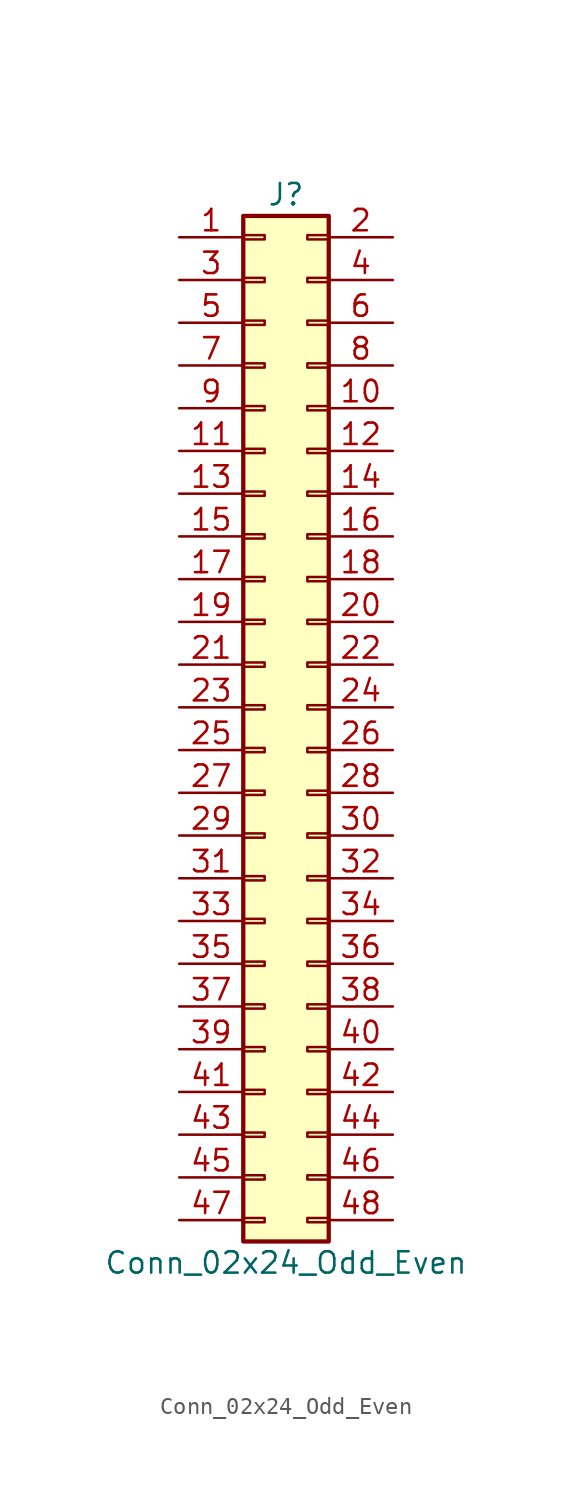
<source format=kicad_sym>
(kicad_symbol_lib
  (version 20201005)
  (generator kicad_symbol_editor)
  (symbol "Conn_02x24_Odd_Even"
    (pin_names
      (offset 1.016) hide)
    (property "Reference" "J"
      (at 1.27 30.48 0)
      (effects (font (size 1.27 1.27))))
    (property "Value" "Conn_02x24_Odd_Even"
      (at 1.27 -33.02 0)
      (effects (font (size 1.27 1.27))))
    (symbol "Conn_02x24_Odd_Even_1_1"
      (rectangle (start -1.27 -30.353) (end 0 -30.607) (stroke (width 0.152)) (fill (type none)))
      (rectangle (start -1.27 -27.813) (end 0 -28.067) (stroke (width 0.152)) (fill (type none)))
      (rectangle (start -1.27 -25.273) (end 0 -25.527) (stroke (width 0.152)) (fill (type none)))
      (rectangle (start -1.27 -22.733) (end 0 -22.987) (stroke (width 0.152)) (fill (type none)))
      (rectangle (start -1.27 -20.193) (end 0 -20.447) (stroke (width 0.152)) (fill (type none)))
      (rectangle (start -1.27 -17.653) (end 0 -17.907) (stroke (width 0.152)) (fill (type none)))
      (rectangle (start -1.27 -15.113) (end 0 -15.367) (stroke (width 0.152)) (fill (type none)))
      (rectangle (start -1.27 -12.573) (end 0 -12.827) (stroke (width 0.152)) (fill (type none)))
      (rectangle (start -1.27 -10.033) (end 0 -10.287) (stroke (width 0.152)) (fill (type none)))
      (rectangle (start -1.27 -7.493) (end 0 -7.747) (stroke (width 0.152)) (fill (type none)))
      (rectangle (start -1.27 -4.953) (end 0 -5.207) (stroke (width 0.152)) (fill (type none)))
      (rectangle (start -1.27 -2.413) (end 0 -2.667) (stroke (width 0.152)) (fill (type none)))
      (rectangle (start -1.27 0.127) (end 0 -0.127) (stroke (width 0.152)) (fill (type none)))
      (rectangle (start -1.27 2.667) (end 0 2.413) (stroke (width 0.152)) (fill (type none)))
      (rectangle (start -1.27 5.207) (end 0 4.953) (stroke (width 0.152)) (fill (type none)))
      (rectangle (start -1.27 7.747) (end 0 7.493) (stroke (width 0.152)) (fill (type none)))
      (rectangle (start -1.27 10.287) (end 0 10.033) (stroke (width 0.152)) (fill (type none)))
      (rectangle (start -1.27 12.827) (end 0 12.573) (stroke (width 0.152)) (fill (type none)))
      (rectangle (start -1.27 15.367) (end 0 15.113) (stroke (width 0.152)) (fill (type none)))
      (rectangle (start -1.27 17.907) (end 0 17.653) (stroke (width 0.152)) (fill (type none)))
      (rectangle (start -1.27 20.447) (end 0 20.193) (stroke (width 0.152)) (fill (type none)))
      (rectangle (start -1.27 22.987) (end 0 22.733) (stroke (width 0.152)) (fill (type none)))
      (rectangle (start -1.27 25.527) (end 0 25.273) (stroke (width 0.152)) (fill (type none)))
      (rectangle (start -1.27 28.067) (end 0 27.813) (stroke (width 0.152)) (fill (type none)))
      (rectangle (start -1.27 29.21) (end 3.81 -31.75) (stroke (width 0.254)) (fill (type background)))
      (rectangle (start 3.81 -30.353) (end 2.54 -30.607) (stroke (width 0.152)) (fill (type none)))
      (rectangle (start 3.81 -27.813) (end 2.54 -28.067) (stroke (width 0.152)) (fill (type none)))
      (rectangle (start 3.81 -25.273) (end 2.54 -25.527) (stroke (width 0.152)) (fill (type none)))
      (rectangle (start 3.81 -22.733) (end 2.54 -22.987) (stroke (width 0.152)) (fill (type none)))
      (rectangle (start 3.81 -20.193) (end 2.54 -20.447) (stroke (width 0.152)) (fill (type none)))
      (rectangle (start 3.81 -17.653) (end 2.54 -17.907) (stroke (width 0.152)) (fill (type none)))
      (rectangle (start 3.81 -15.113) (end 2.54 -15.367) (stroke (width 0.152)) (fill (type none)))
      (rectangle (start 3.81 -12.573) (end 2.54 -12.827) (stroke (width 0.152)) (fill (type none)))
      (rectangle (start 3.81 -10.033) (end 2.54 -10.287) (stroke (width 0.152)) (fill (type none)))
      (rectangle (start 3.81 -7.493) (end 2.54 -7.747) (stroke (width 0.152)) (fill (type none)))
      (rectangle (start 3.81 -4.953) (end 2.54 -5.207) (stroke (width 0.152)) (fill (type none)))
      (rectangle (start 3.81 -2.413) (end 2.54 -2.667) (stroke (width 0.152)) (fill (type none)))
      (rectangle (start 3.81 0.127) (end 2.54 -0.127) (stroke (width 0.152)) (fill (type none)))
      (rectangle (start 3.81 2.667) (end 2.54 2.413) (stroke (width 0.152)) (fill (type none)))
      (rectangle (start 3.81 5.207) (end 2.54 4.953) (stroke (width 0.152)) (fill (type none)))
      (rectangle (start 3.81 7.747) (end 2.54 7.493) (stroke (width 0.152)) (fill (type none)))
      (rectangle (start 3.81 10.287) (end 2.54 10.033) (stroke (width 0.152)) (fill (type none)))
      (rectangle (start 3.81 12.827) (end 2.54 12.573) (stroke (width 0.152)) (fill (type none)))
      (rectangle (start 3.81 15.367) (end 2.54 15.113) (stroke (width 0.152)) (fill (type none)))
      (rectangle (start 3.81 17.907) (end 2.54 17.653) (stroke (width 0.152)) (fill (type none)))
      (rectangle (start 3.81 20.447) (end 2.54 20.193) (stroke (width 0.152)) (fill (type none)))
      (rectangle (start 3.81 22.987) (end 2.54 22.733) (stroke (width 0.152)) (fill (type none)))
      (rectangle (start 3.81 25.527) (end 2.54 25.273) (stroke (width 0.152)) (fill (type none)))
      (rectangle (start 3.81 28.067) (end 2.54 27.813) (stroke (width 0.152)) (fill (type none)))
      (pin passive line (at -5.08 27.94 0) (length 3.81) (name "Pin_1" (effects (font (size 1.27 1.27)))) (number "1" (effects (font (size 1.27 1.27)))))
      (pin passive line (at 7.62 17.78 180) (length 3.81) (name "Pin_10" (effects (font (size 1.27 1.27)))) (number "10" (effects (font (size 1.27 1.27)))))
      (pin passive line (at -5.08 15.24 0) (length 3.81) (name "Pin_11" (effects (font (size 1.27 1.27)))) (number "11" (effects (font (size 1.27 1.27)))))
      (pin passive line (at 7.62 15.24 180) (length 3.81) (name "Pin_12" (effects (font (size 1.27 1.27)))) (number "12" (effects (font (size 1.27 1.27)))))
      (pin passive line (at -5.08 12.7 0) (length 3.81) (name "Pin_13" (effects (font (size 1.27 1.27)))) (number "13" (effects (font (size 1.27 1.27)))))
      (pin passive line (at 7.62 12.7 180) (length 3.81) (name "Pin_14" (effects (font (size 1.27 1.27)))) (number "14" (effects (font (size 1.27 1.27)))))
      (pin passive line (at -5.08 10.16 0) (length 3.81) (name "Pin_15" (effects (font (size 1.27 1.27)))) (number "15" (effects (font (size 1.27 1.27)))))
      (pin passive line (at 7.62 10.16 180) (length 3.81) (name "Pin_16" (effects (font (size 1.27 1.27)))) (number "16" (effects (font (size 1.27 1.27)))))
      (pin passive line (at -5.08 7.62 0) (length 3.81) (name "Pin_17" (effects (font (size 1.27 1.27)))) (number "17" (effects (font (size 1.27 1.27)))))
      (pin passive line (at 7.62 7.62 180) (length 3.81) (name "Pin_18" (effects (font (size 1.27 1.27)))) (number "18" (effects (font (size 1.27 1.27)))))
      (pin passive line (at -5.08 5.08 0) (length 3.81) (name "Pin_19" (effects (font (size 1.27 1.27)))) (number "19" (effects (font (size 1.27 1.27)))))
      (pin passive line (at 7.62 27.94 180) (length 3.81) (name "Pin_2" (effects (font (size 1.27 1.27)))) (number "2" (effects (font (size 1.27 1.27)))))
      (pin passive line (at 7.62 5.08 180) (length 3.81) (name "Pin_20" (effects (font (size 1.27 1.27)))) (number "20" (effects (font (size 1.27 1.27)))))
      (pin passive line (at -5.08 2.54 0) (length 3.81) (name "Pin_21" (effects (font (size 1.27 1.27)))) (number "21" (effects (font (size 1.27 1.27)))))
      (pin passive line (at 7.62 2.54 180) (length 3.81) (name "Pin_22" (effects (font (size 1.27 1.27)))) (number "22" (effects (font (size 1.27 1.27)))))
      (pin passive line (at -5.08 0 0) (length 3.81) (name "Pin_23" (effects (font (size 1.27 1.27)))) (number "23" (effects (font (size 1.27 1.27)))))
      (pin passive line (at 7.62 0 180) (length 3.81) (name "Pin_24" (effects (font (size 1.27 1.27)))) (number "24" (effects (font (size 1.27 1.27)))))
      (pin passive line (at -5.08 -2.54 0) (length 3.81) (name "Pin_25" (effects (font (size 1.27 1.27)))) (number "25" (effects (font (size 1.27 1.27)))))
      (pin passive line (at 7.62 -2.54 180) (length 3.81) (name "Pin_26" (effects (font (size 1.27 1.27)))) (number "26" (effects (font (size 1.27 1.27)))))
      (pin passive line (at -5.08 -5.08 0) (length 3.81) (name "Pin_27" (effects (font (size 1.27 1.27)))) (number "27" (effects (font (size 1.27 1.27)))))
      (pin passive line (at 7.62 -5.08 180) (length 3.81) (name "Pin_28" (effects (font (size 1.27 1.27)))) (number "28" (effects (font (size 1.27 1.27)))))
      (pin passive line (at -5.08 -7.62 0) (length 3.81) (name "Pin_29" (effects (font (size 1.27 1.27)))) (number "29" (effects (font (size 1.27 1.27)))))
      (pin passive line (at -5.08 25.4 0) (length 3.81) (name "Pin_3" (effects (font (size 1.27 1.27)))) (number "3" (effects (font (size 1.27 1.27)))))
      (pin passive line (at 7.62 -7.62 180) (length 3.81) (name "Pin_30" (effects (font (size 1.27 1.27)))) (number "30" (effects (font (size 1.27 1.27)))))
      (pin passive line (at -5.08 -10.16 0) (length 3.81) (name "Pin_31" (effects (font (size 1.27 1.27)))) (number "31" (effects (font (size 1.27 1.27)))))
      (pin passive line (at 7.62 -10.16 180) (length 3.81) (name "Pin_32" (effects (font (size 1.27 1.27)))) (number "32" (effects (font (size 1.27 1.27)))))
      (pin passive line (at -5.08 -12.7 0) (length 3.81) (name "Pin_33" (effects (font (size 1.27 1.27)))) (number "33" (effects (font (size 1.27 1.27)))))
      (pin passive line (at 7.62 -12.7 180) (length 3.81) (name "Pin_34" (effects (font (size 1.27 1.27)))) (number "34" (effects (font (size 1.27 1.27)))))
      (pin passive line (at -5.08 -15.24 0) (length 3.81) (name "Pin_35" (effects (font (size 1.27 1.27)))) (number "35" (effects (font (size 1.27 1.27)))))
      (pin passive line (at 7.62 -15.24 180) (length 3.81) (name "Pin_36" (effects (font (size 1.27 1.27)))) (number "36" (effects (font (size 1.27 1.27)))))
      (pin passive line (at -5.08 -17.78 0) (length 3.81) (name "Pin_37" (effects (font (size 1.27 1.27)))) (number "37" (effects (font (size 1.27 1.27)))))
      (pin passive line (at 7.62 -17.78 180) (length 3.81) (name "Pin_38" (effects (font (size 1.27 1.27)))) (number "38" (effects (font (size 1.27 1.27)))))
      (pin passive line (at -5.08 -20.32 0) (length 3.81) (name "Pin_39" (effects (font (size 1.27 1.27)))) (number "39" (effects (font (size 1.27 1.27)))))
      (pin passive line (at 7.62 25.4 180) (length 3.81) (name "Pin_4" (effects (font (size 1.27 1.27)))) (number "4" (effects (font (size 1.27 1.27)))))
      (pin passive line (at 7.62 -20.32 180) (length 3.81) (name "Pin_40" (effects (font (size 1.27 1.27)))) (number "40" (effects (font (size 1.27 1.27)))))
      (pin passive line (at -5.08 -22.86 0) (length 3.81) (name "Pin_41" (effects (font (size 1.27 1.27)))) (number "41" (effects (font (size 1.27 1.27)))))
      (pin passive line (at 7.62 -22.86 180) (length 3.81) (name "Pin_42" (effects (font (size 1.27 1.27)))) (number "42" (effects (font (size 1.27 1.27)))))
      (pin passive line (at -5.08 -25.4 0) (length 3.81) (name "Pin_43" (effects (font (size 1.27 1.27)))) (number "43" (effects (font (size 1.27 1.27)))))
      (pin passive line (at 7.62 -25.4 180) (length 3.81) (name "Pin_44" (effects (font (size 1.27 1.27)))) (number "44" (effects (font (size 1.27 1.27)))))
      (pin passive line (at -5.08 -27.94 0) (length 3.81) (name "Pin_45" (effects (font (size 1.27 1.27)))) (number "45" (effects (font (size 1.27 1.27)))))
      (pin passive line (at 7.62 -27.94 180) (length 3.81) (name "Pin_46" (effects (font (size 1.27 1.27)))) (number "46" (effects (font (size 1.27 1.27)))))
      (pin passive line (at -5.08 -30.48 0) (length 3.81) (name "Pin_47" (effects (font (size 1.27 1.27)))) (number "47" (effects (font (size 1.27 1.27)))))
      (pin passive line (at 7.62 -30.48 180) (length 3.81) (name "Pin_48" (effects (font (size 1.27 1.27)))) (number "48" (effects (font (size 1.27 1.27)))))
      (pin passive line (at -5.08 22.86 0) (length 3.81) (name "Pin_5" (effects (font (size 1.27 1.27)))) (number "5" (effects (font (size 1.27 1.27)))))
      (pin passive line (at 7.62 22.86 180) (length 3.81) (name "Pin_6" (effects (font (size 1.27 1.27)))) (number "6" (effects (font (size 1.27 1.27)))))
      (pin passive line (at -5.08 20.32 0) (length 3.81) (name "Pin_7" (effects (font (size 1.27 1.27)))) (number "7" (effects (font (size 1.27 1.27)))))
      (pin passive line (at 7.62 20.32 180) (length 3.81) (name "Pin_8" (effects (font (size 1.27 1.27)))) (number "8" (effects (font (size 1.27 1.27)))))
      (pin passive line (at -5.08 17.78 0) (length 3.81) (name "Pin_9" (effects (font (size 1.27 1.27)))) (number "9" (effects (font (size 1.27 1.27))))))))
</source>
